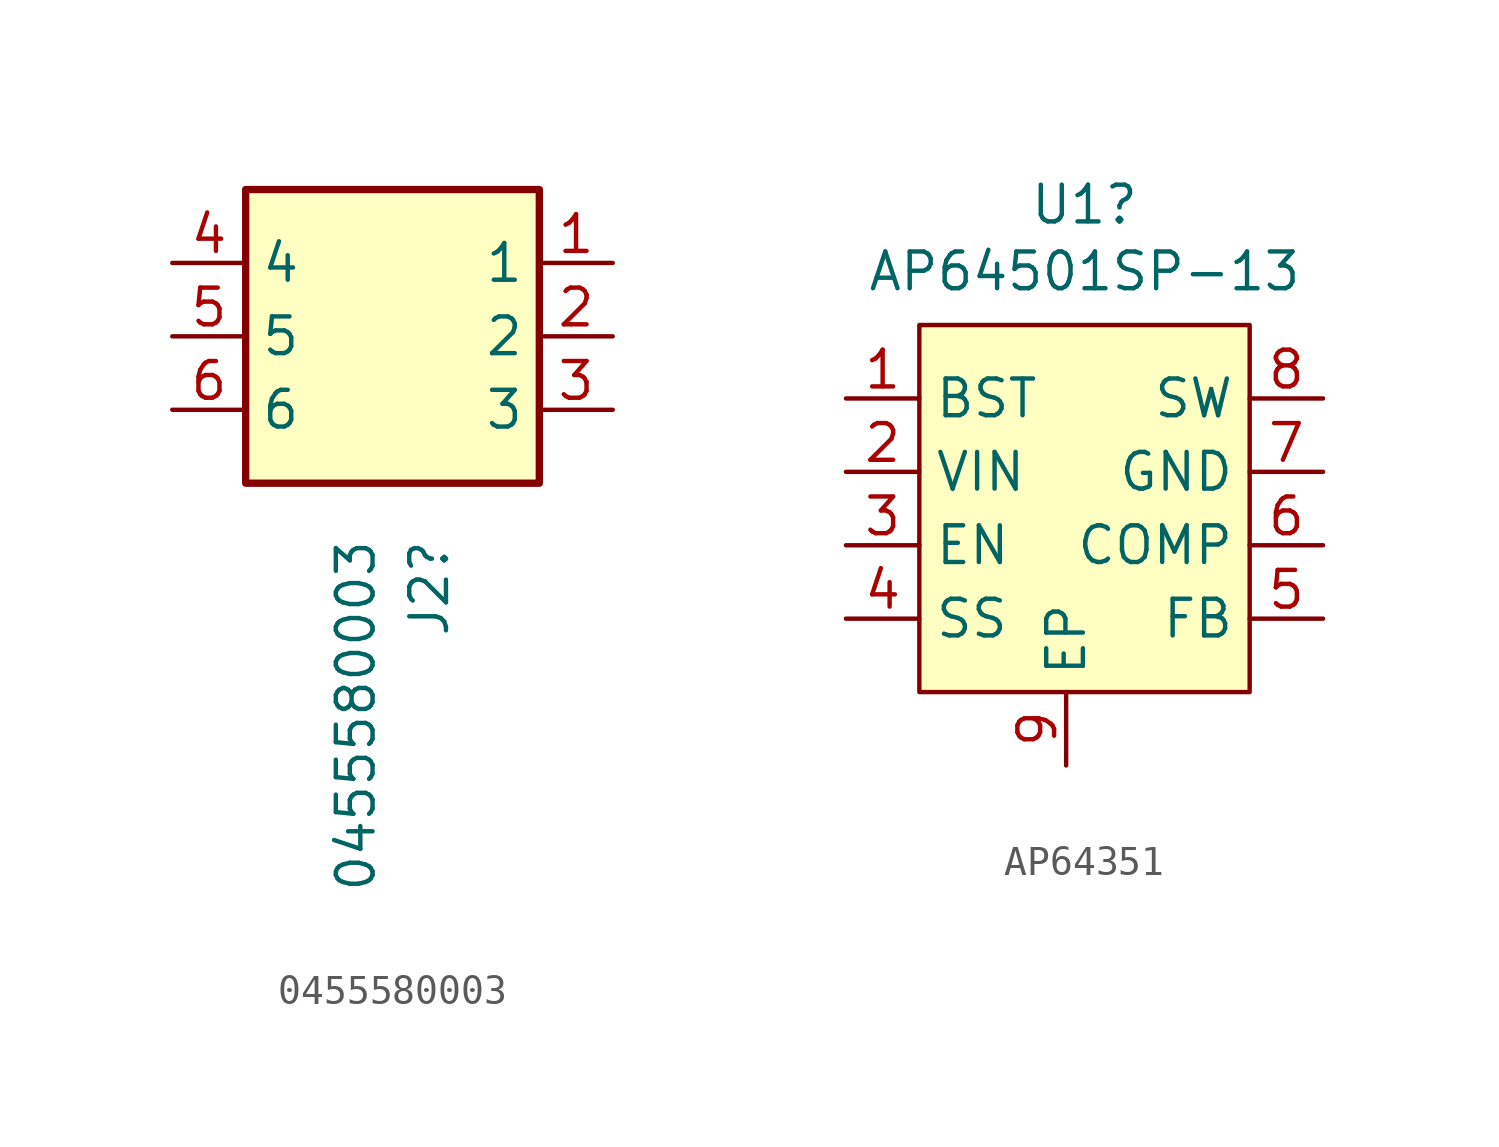
<source format=kicad_sym>
(kicad_symbol_lib
  (version 20231120)
  (generator "kicad_symbol_editor")
  (generator_version "8.0")
  (symbol "0455580003"
    (property "Reference" "J2"
      (at 1.27 -6.985 90)
      (effects (font (size 1.27 1.27)) (justify right)))
    (property "Value" "0455580003"
      (at -1.27 -6.985 90)
      (effects (font (size 1.27 1.27)) (justify right)))
    (symbol "0455580003_1_1"
      (rectangle (start -5.08 5.08) (end 5.08 -5.08) (stroke (width 0.254) (type default)) (fill (type background)))
      (pin passive line (at 7.62 2.54 180) (length 2.54) (name "1" (effects (font (size 1.27 1.27)))) (number "1" (effects (font (size 1.27 1.27)))))
      (pin passive line (at 7.62 0 180) (length 2.54) (name "2" (effects (font (size 1.27 1.27)))) (number "2" (effects (font (size 1.27 1.27)))))
      (pin passive line (at 7.62 -2.54 180) (length 2.54) (name "3" (effects (font (size 1.27 1.27)))) (number "3" (effects (font (size 1.27 1.27)))))
      (pin passive line (at -7.62 2.54 0) (length 2.54) (name "4" (effects (font (size 1.27 1.27)))) (number "4" (effects (font (size 1.27 1.27)))))
      (pin passive line (at -7.62 0 0) (length 2.54) (name "5" (effects (font (size 1.27 1.27)))) (number "5" (effects (font (size 1.27 1.27)))))
      (pin passive line (at -7.62 -2.54 0) (length 2.54) (name "6" (effects (font (size 1.27 1.27)))) (number "6" (effects (font (size 1.27 1.27)))))))
  (symbol "AP64351"
    (property "Reference" "U1"
      (at 0.635 9.246 0)
      (effects (font (size 1.27 1.27))))
    (property "Value" "AP64501SP-13"
      (at 0.635 6.934 0)
      (effects (font (size 1.27 1.27))))
    (symbol "AP64351_1_1"
      (rectangle (start -5.08 5.08) (end 6.35 -7.62) (stroke (width 0) (type default)) (fill (type background)))
      (pin passive line (at -7.62 2.54 0) (length 2.54) (name "BST" (effects (font (size 1.27 1.27)))) (number "1" (effects (font (size 1.27 1.27)))))
      (pin power_in line (at -7.62 0 0) (length 2.54) (name "VIN" (effects (font (size 1.27 1.27)))) (number "2" (effects (font (size 1.27 1.27)))))
      (pin input line (at -7.62 -2.54 0) (length 2.54) (name "EN" (effects (font (size 1.27 1.27)))) (number "3" (effects (font (size 1.27 1.27)))))
      (pin input line (at -7.62 -5.08 0) (length 2.54) (name "SS" (effects (font (size 1.27 1.27)))) (number "4" (effects (font (size 1.27 1.27)))))
      (pin input line (at 8.89 -5.08 180) (length 2.54) (name "FB" (effects (font (size 1.27 1.27)))) (number "5" (effects (font (size 1.27 1.27)))))
      (pin input line (at 8.89 -2.54 180) (length 2.54) (name "COMP" (effects (font (size 1.27 1.27)))) (number "6" (effects (font (size 1.27 1.27)))))
      (pin power_in line (at 8.89 0 180) (length 2.54) (name "GND" (effects (font (size 1.27 1.27)))) (number "7" (effects (font (size 1.27 1.27)))))
      (pin output line (at 8.89 2.54 180) (length 2.54) (name "SW" (effects (font (size 1.27 1.27)))) (number "8" (effects (font (size 1.27 1.27)))))
      (pin passive line (at 0 -10.16 90) (length 2.54) (name "EP" (effects (font (size 1.27 1.27)))) (number "9" (effects (font (size 1.27 1.27))))))))
</source>
